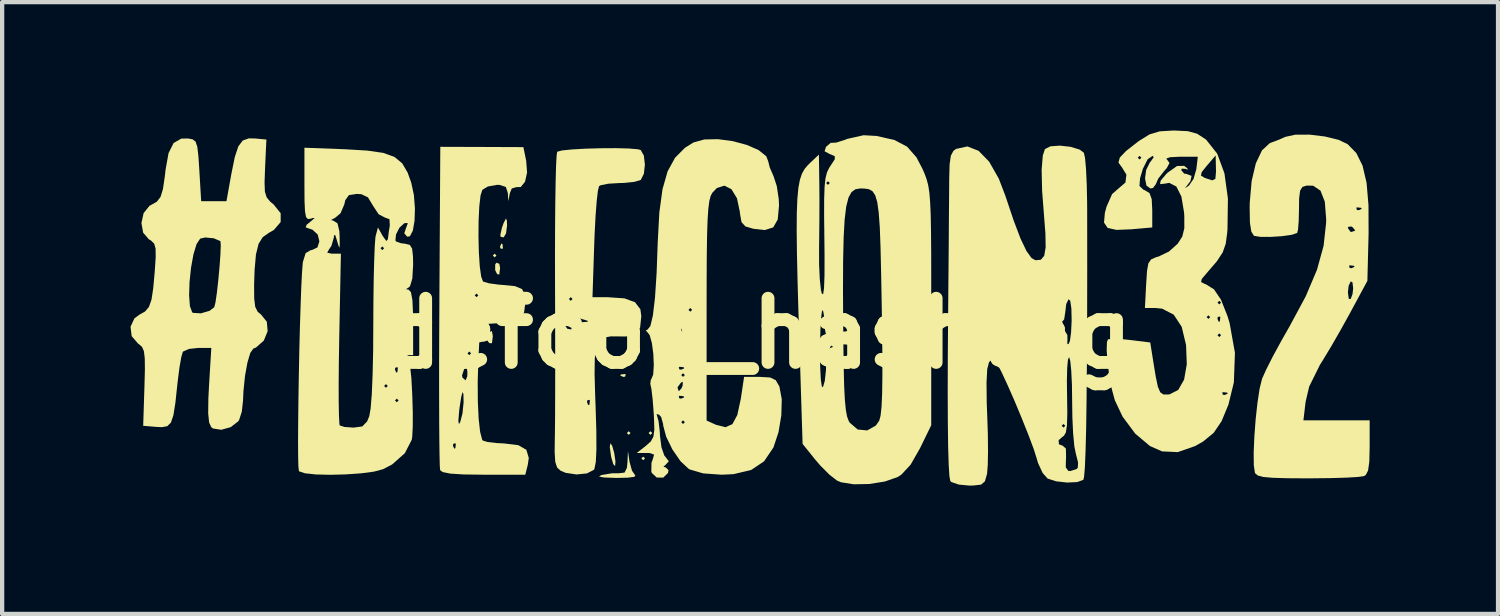
<source format=kicad_pcb>
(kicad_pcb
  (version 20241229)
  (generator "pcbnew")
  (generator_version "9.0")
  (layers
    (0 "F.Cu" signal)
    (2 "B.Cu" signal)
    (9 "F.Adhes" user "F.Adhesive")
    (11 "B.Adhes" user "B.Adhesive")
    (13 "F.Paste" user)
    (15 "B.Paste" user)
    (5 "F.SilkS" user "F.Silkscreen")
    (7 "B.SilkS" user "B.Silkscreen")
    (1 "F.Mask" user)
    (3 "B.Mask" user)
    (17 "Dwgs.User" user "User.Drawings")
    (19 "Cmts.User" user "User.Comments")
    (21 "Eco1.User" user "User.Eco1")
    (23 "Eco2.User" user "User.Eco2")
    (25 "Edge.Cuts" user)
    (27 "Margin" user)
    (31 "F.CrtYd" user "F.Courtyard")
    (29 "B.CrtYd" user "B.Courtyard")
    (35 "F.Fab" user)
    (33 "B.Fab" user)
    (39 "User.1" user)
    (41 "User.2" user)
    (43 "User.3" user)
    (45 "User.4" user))
  (footprint "defcon_hashtag"
    (layer "F.Cu")
    (at 14.647 4.741)
    (property "Reference" "defcon_hashtag" (at 0 0 0) (layer "F.SilkS") (effects (font (size 1.5 1.5) (thickness 0.3))))
    (attr board_only exclude_from_pos_files exclude_from_bom)
    (fp_poly (pts (xy -6.096 -1.82) (xy -6.138 -1.778) (xy -6.181 -1.82) (xy -6.138 -1.863)) (stroke (width 0) (type solid)) (fill yes) (layer "F.SilkS"))
    (fp_poly (pts (xy -2.963 2.328) (xy -3.006 2.371) (xy -3.048 2.328) (xy -3.006 2.286)) (stroke (width 0) (type solid)) (fill yes) (layer "F.SilkS"))
    (fp_poly (pts (xy -2.625 2.921) (xy -2.667 2.963) (xy -2.709 2.921) (xy -2.667 2.879)) (stroke (width 0) (type solid)) (fill yes) (layer "F.SilkS"))
    (fp_poly (pts (xy -2.455 2.328) (xy -2.498 2.371) (xy -2.54 2.328) (xy -2.498 2.286)) (stroke (width 0) (type solid)) (fill yes) (layer "F.SilkS"))
    (fp_poly (pts (xy -5.955 -2.088) (xy -5.945 -1.988) (xy -5.955 -1.976) (xy -6.005 -1.987) (xy -6.011 -2.032) (xy -5.98 -2.102)) (stroke (width 0) (type solid)) (fill yes) (layer "F.SilkS"))
    (fp_poly (pts (xy -3.076 0.96) (xy -3.088 1.01) (xy -3.133 1.016) (xy -3.202 0.985) (xy -3.189 0.96) (xy -3.089 0.949)) (stroke (width 0) (type solid)) (fill yes) (layer "F.SilkS"))
    (fp_poly (pts (xy -6.029 -1.625) (xy -6.011 -1.529) (xy -6.03 -1.376) (xy -6.081 -1.386) (xy -6.126 -1.479) (xy -6.125 -1.615) (xy -6.092 -1.653)) (stroke (width 0) (type solid)) (fill yes) (layer "F.SilkS"))
    (fp_poly (pts (xy -6.181 0.064) (xy -6.181 0.068) (xy -6.201 0.23) (xy -6.264 0.227) (xy -6.312 0.162) (xy -6.312 0.03) (xy -6.275 -0.024) (xy -6.202 -0.056)) (stroke (width 0) (type solid)) (fill yes) (layer "F.SilkS"))
    (fp_poly (pts (xy -5.853 -2.638) (xy -5.848 -2.524) (xy -5.872 -2.337) (xy -5.927 -2.244) (xy -5.999 -2.258) (xy -6.005 -2.302) (xy -5.968 -2.468) (xy -5.927 -2.582) (xy -5.874 -2.684)) (stroke (width 0) (type solid)) (fill yes) (layer "F.SilkS"))
    (fp_poly (pts (xy -3.392 2.625) (xy -3.344 2.794) (xy -3.315 2.989) (xy -3.323 3.097) (xy -3.325 3.099) (xy -3.366 3.055) (xy -3.413 2.894) (xy -3.418 2.868) (xy -3.448 2.652) (xy -3.434 2.567)) (stroke (width 0) (type solid)) (fill yes) (layer "F.SilkS"))
    (fp_poly (pts (xy -2.985 3.005) (xy -2.929 3.207) (xy -2.85 3.322) (xy -2.875 3.352) (xy -3.035 3.372) (xy -3.296 3.377) (xy -3.302 3.377) (xy -3.584 3.367) (xy -3.698 3.345) (xy -3.647 3.311) (xy -3.641 3.309) (xy -3.397 3.269) (xy -3.239 3.268) (xy -3.103 3.253) (xy -3.047 3.141) (xy -3.035 3.019) (xy -3.023 2.752)) (stroke (width 0) (type solid)) (fill yes) (layer "F.SilkS"))
    (fp_poly (pts (xy -3.002 -4.321) (xy -2.792 -4.303) (xy -2.726 -4.286) (xy -2.652 -4.157) (xy -2.627 -3.946) (xy -2.651 -3.73) (xy -2.722 -3.588) (xy -2.731 -3.582) (xy -2.875 -3.541) (xy -3.115 -3.516) (xy -3.233 -3.513) (xy -3.483 -3.498) (xy -3.659 -3.463) (xy -3.698 -3.442) (xy -3.725 -3.337) (xy -3.753 -3.095) (xy -3.78 -2.746) (xy -3.802 -2.322) (xy -3.81 -2.11) (xy -3.852 -0.846) (xy -3.498 -0.846) (xy -3.106 -0.819) (xy -2.858 -0.729) (xy -2.733 -0.565) (xy -2.711 -0.404) (xy -2.74 -0.126) (xy -2.847 0.022) (xy -3.066 0.072) (xy -3.197 0.071) (xy -3.42 0.069) (xy -3.583 0.097) (xy -3.696 0.177) (xy -3.764 0.331) (xy -3.798 0.58) (xy -3.803 0.947) (xy -3.789 1.452) (xy -3.78 1.684) (xy -3.762 2.276) (xy -3.76 2.712) (xy -3.774 3.003) (xy -3.806 3.162) (xy -3.82 3.188) (xy -3.982 3.272) (xy -4.227 3.296) (xy -4.48 3.258) (xy -4.598 3.208) (xy -4.679 3.133) (xy -4.722 3.001) (xy -4.736 2.77) (xy -4.733 2.512) (xy -4.729 2.284) (xy -4.726 1.912) (xy -4.725 1.609) (xy -3.979 1.609) (xy -3.948 1.678) (xy -3.923 1.665) (xy -3.913 1.565) (xy -3.923 1.552) (xy -3.973 1.564) (xy -3.979 1.609) (xy -4.725 1.609) (xy -4.724 1.418) (xy -4.723 0.828) (xy -4.724 0.166) (xy -4.725 -0.282) (xy -4.542 -0.282) (xy -4.523 -0.224) (xy -4.439 -0.108) (xy -4.351 -0.093) (xy -4.318 -0.169) (xy -4.245 -0.234) (xy -4.085 -0.263) (xy -3.957 -0.273) (xy -3.971 -0.297) (xy -4.137 -0.347) (xy -4.174 -0.357) (xy -4.422 -0.409) (xy -4.537 -0.387) (xy -4.542 -0.282) (xy -4.725 -0.282) (xy -4.725 -0.545) (xy -4.726 -0.804) (xy -4.403 -0.804) (xy -4.36 -0.762) (xy -4.318 -0.804) (xy -4.36 -0.847) (xy -4.403 -0.804) (xy -4.726 -0.804) (xy -4.727 -1.14) (xy -4.728 -1.842) (xy -4.726 -2.49) (xy -4.721 -3.065) (xy -4.713 -3.548) (xy -4.703 -3.918) (xy -4.69 -4.157) (xy -4.677 -4.245) (xy -4.566 -4.275) (xy -4.33 -4.299) (xy -4.012 -4.317) (xy -3.655 -4.327) (xy -3.304 -4.329)) (stroke (width 0) (type solid)) (fill yes) (layer "F.SilkS"))
    (fp_poly (pts (xy 13.26 -4.602) (xy 13.583 -4.523) (xy 13.792 -4.424) (xy 13.997 -4.215) (xy 14.143 -3.92) (xy 14.237 -3.52) (xy 14.282 -2.994) (xy 14.284 -2.328) (xy 14.256 -1.228) (xy 13.845 -0.466) (xy 13.632 -0.082) (xy 13.412 0.301) (xy 13.218 0.622) (xy 13.148 0.733) (xy 12.896 1.242) (xy 12.812 1.601) (xy 12.761 2.032) (xy 13.535 2.032) (xy 14.309 2.032) (xy 14.309 2.658) (xy 14.301 2.999) (xy 14.272 3.205) (xy 14.217 3.31) (xy 14.175 3.335) (xy 14.044 3.354) (xy 13.78 3.37) (xy 13.416 3.381) (xy 12.988 3.386) (xy 12.86 3.387) (xy 12.38 3.384) (xy 12.045 3.374) (xy 11.826 3.355) (xy 11.699 3.322) (xy 11.638 3.274) (xy 11.627 3.253) (xy 11.602 3.079) (xy 11.599 2.783) (xy 11.615 2.411) (xy 11.645 2.007) (xy 11.688 1.618) (xy 11.738 1.288) (xy 11.794 1.063) (xy 11.796 1.058) (xy 11.889 0.85) (xy 12.046 0.539) (xy 12.246 0.172) (xy 12.44 -0.169) (xy 12.817 -0.87) (xy 12.853 -0.955) (xy 13.801 -0.955) (xy 13.821 -0.808) (xy 13.866 -0.804) (xy 13.909 -0.92) (xy 13.924 -1.052) (xy 13.908 -1.192) (xy 13.867 -1.216) (xy 13.817 -1.11) (xy 13.801 -0.955) (xy 12.853 -0.955) (xy 13.078 -1.486) (xy 13.104 -1.58) (xy 13.829 -1.58) (xy 13.841 -1.53) (xy 13.885 -1.524) (xy 13.955 -1.555) (xy 13.942 -1.58) (xy 13.841 -1.591) (xy 13.829 -1.58) (xy 13.104 -1.58) (xy 13.233 -2.048) (xy 13.278 -2.46) (xy 13.801 -2.46) (xy 13.862 -2.374) (xy 13.885 -2.371) (xy 13.968 -2.4) (xy 13.97 -2.408) (xy 13.911 -2.48) (xy 13.885 -2.498) (xy 13.807 -2.491) (xy 13.801 -2.46) (xy 13.278 -2.46) (xy 13.292 -2.584) (xy 13.293 -2.67) (xy 13.272 -2.935) (xy 13.998 -2.935) (xy 14.01 -2.885) (xy 14.055 -2.879) (xy 14.124 -2.91) (xy 14.111 -2.935) (xy 14.011 -2.945) (xy 13.998 -2.935) (xy 13.272 -2.935) (xy 13.261 -3.077) (xy 13.161 -3.335) (xy 12.99 -3.451) (xy 12.838 -3.455) (xy 12.738 -3.423) (xy 12.684 -3.336) (xy 12.661 -3.155) (xy 12.658 -2.907) (xy 12.651 -2.627) (xy 12.635 -2.424) (xy 12.615 -2.347) (xy 12.489 -2.304) (xy 12.26 -2.272) (xy 11.992 -2.255) (xy 11.754 -2.256) (xy 11.609 -2.28) (xy 11.604 -2.283) (xy 11.543 -2.38) (xy 11.511 -2.59) (xy 11.505 -2.939) (xy 11.507 -3.052) (xy 11.551 -3.557) (xy 11.649 -3.974) (xy 11.794 -4.279) (xy 11.975 -4.445) (xy 12.005 -4.457) (xy 12.199 -4.531) (xy 12.336 -4.592) (xy 12.572 -4.644) (xy 12.902 -4.645)) (stroke (width 0) (type solid)) (fill yes) (layer "F.SilkS"))
    (fp_poly (pts (xy -6.438 -4.357) (xy -5.467 -4.353) (xy -5.401 -4.033) (xy -5.38 -3.761) (xy -5.428 -3.544) (xy -5.528 -3.421) (xy -5.632 -3.418) (xy -5.738 -3.386) (xy -5.783 -3.276) (xy -5.819 -3.09) (xy -5.83 -3.281) (xy -5.876 -3.422) (xy -6.023 -3.47) (xy -6.086 -3.471) (xy -6.297 -3.433) (xy -6.426 -3.354) (xy -6.468 -3.222) (xy -6.497 -2.968) (xy -6.513 -2.635) (xy -6.516 -2.263) (xy -6.507 -1.894) (xy -6.486 -1.568) (xy -6.453 -1.327) (xy -6.41 -1.213) (xy -6.408 -1.211) (xy -6.268 -1.17) (xy -6.036 -1.139) (xy -5.953 -1.133) (xy -5.66 -1.104) (xy -5.498 -1.036) (xy -5.43 -0.902) (xy -5.419 -0.725) (xy -5.45 -0.489) (xy -5.563 -0.345) (xy -5.789 -0.267) (xy -6.056 -0.238) (xy -6.477 -0.212) (xy -6.519 0.635) (xy -6.534 1.128) (xy -6.531 1.591) (xy -6.512 1.992) (xy -6.478 2.299) (xy -6.431 2.479) (xy -6.415 2.504) (xy -6.304 2.538) (xy -6.082 2.563) (xy -5.919 2.571) (xy -5.585 2.612) (xy -5.397 2.72) (xy -5.34 2.911) (xy -5.365 3.077) (xy -5.422 3.302) (xy -6.397 3.302) (xy -6.862 3.296) (xy -7.175 3.276) (xy -7.353 3.24) (xy -7.412 3.196) (xy -7.42 3.092) (xy -7.426 2.836) (xy -7.429 2.625) (xy -7.112 2.625) (xy -7.081 2.694) (xy -7.056 2.681) (xy -7.045 2.581) (xy -7.056 2.568) (xy -7.106 2.58) (xy -7.112 2.625) (xy -7.429 2.625) (xy -7.431 2.446) (xy -7.434 2.048) (xy -6.986 2.048) (xy -6.972 2.119) (xy -6.943 2.074) (xy -6.89 1.87) (xy -6.864 1.617) (xy -6.864 1.616) (xy -6.868 1.414) (xy -6.887 1.371) (xy -6.918 1.479) (xy -6.957 1.729) (xy -6.968 1.82) (xy -6.986 2.048) (xy -7.434 2.048) (xy -7.434 1.94) (xy -7.436 1.336) (xy -7.436 0.983) (xy -6.9 0.983) (xy -6.89 1.033) (xy -6.816 1.097) (xy -6.778 1.001) (xy -6.775 0.91) (xy -6.789 0.788) (xy -6.839 0.82) (xy -6.854 0.843) (xy -6.9 0.983) (xy -7.436 0.983) (xy -7.436 0.651) (xy -7.435 0.466) (xy -6.773 0.466) (xy -6.731 0.508) (xy -6.689 0.466) (xy -6.731 0.423) (xy -6.773 0.466) (xy -7.435 0.466) (xy -7.434 0.169) (xy -6.773 0.169) (xy -6.742 0.239) (xy -6.717 0.226) (xy -6.707 0.125) (xy -6.717 0.113) (xy -6.767 0.125) (xy -6.773 0.169) (xy -7.434 0.169) (xy -7.433 -0.097) (xy -7.43 -0.635) (xy -7.429 -0.889) (xy -6.604 -0.889) (xy -6.562 -0.847) (xy -6.519 -0.889) (xy -6.562 -0.931) (xy -6.604 -0.889) (xy -7.429 -0.889) (xy -7.408 -4.36)) (stroke (width 0) (type solid)) (fill yes) (layer "F.SilkS"))
    (fp_poly (pts (xy -11.734 -4.555) (xy -11.472 -4.53) (xy -11.503 -3.863) (xy -11.515 -3.527) (xy -11.507 -3.314) (xy -11.466 -3.18) (xy -11.384 -3.08) (xy -11.302 -3.012) (xy -11.138 -2.807) (xy -11.139 -2.601) (xy -11.299 -2.416) (xy -11.413 -2.351) (xy -11.557 -2.25) (xy -11.655 -2.092) (xy -11.716 -1.844) (xy -11.748 -1.479) (xy -11.759 -1.142) (xy -11.757 -0.819) (xy -11.733 -0.621) (xy -11.676 -0.506) (xy -11.599 -0.443) (xy -11.462 -0.273) (xy -11.443 -0.051) (xy -11.532 0.168) (xy -11.715 0.33) (xy -11.778 0.356) (xy -11.848 0.456) (xy -11.916 0.684) (xy -11.972 0.996) (xy -12.008 1.349) (xy -12.018 1.571) (xy -12.046 1.827) (xy -12.11 2.025) (xy -12.129 2.054) (xy -12.305 2.19) (xy -12.526 2.252) (xy -12.719 2.222) (xy -12.762 2.19) (xy -12.81 2.082) (xy -12.832 1.868) (xy -12.828 1.523) (xy -12.812 1.212) (xy -12.759 0.339) (xy -13.063 0.339) (xy -13.281 0.363) (xy -13.417 0.423) (xy -13.426 0.434) (xy -13.462 0.56) (xy -13.505 0.806) (xy -13.545 1.124) (xy -13.553 1.196) (xy -13.599 1.625) (xy -13.645 1.912) (xy -13.703 2.084) (xy -13.788 2.168) (xy -13.911 2.191) (xy -14.041 2.185) (xy -14.351 2.159) (xy -14.322 1.255) (xy -14.311 0.851) (xy -14.314 0.583) (xy -14.334 0.416) (xy -14.377 0.317) (xy -14.448 0.253) (xy -14.47 0.239) (xy -14.62 0.064) (xy -14.647 -0.155) (xy -14.556 -0.352) (xy -14.44 -0.437) (xy -14.307 -0.512) (xy -14.217 -0.618) (xy -14.157 -0.788) (xy -14.142 -0.885) (xy -13.278 -0.885) (xy -13.259 -0.635) (xy -13.206 -0.493) (xy -13.187 -0.48) (xy -13.002 -0.469) (xy -12.799 -0.528) (xy -12.69 -0.613) (xy -12.662 -0.723) (xy -12.629 -0.948) (xy -12.596 -1.242) (xy -12.567 -1.557) (xy -12.546 -1.845) (xy -12.538 -2.061) (xy -12.546 -2.157) (xy -12.547 -2.157) (xy -12.703 -2.223) (xy -12.902 -2.242) (xy -13.02 -2.214) (xy -13.104 -2.086) (xy -13.177 -1.845) (xy -13.233 -1.535) (xy -13.268 -1.2) (xy -13.278 -0.885) (xy -14.142 -0.885) (xy -14.116 -1.058) (xy -14.081 -1.447) (xy -14.059 -1.779) (xy -14.061 -1.982) (xy -14.095 -2.099) (xy -14.167 -2.169) (xy -14.217 -2.198) (xy -14.352 -2.353) (xy -14.392 -2.58) (xy -14.341 -2.811) (xy -14.204 -2.981) (xy -14.162 -3.004) (xy -14.032 -3.078) (xy -13.946 -3.188) (xy -13.889 -3.374) (xy -13.845 -3.674) (xy -13.827 -3.831) (xy -13.758 -4.214) (xy -13.64 -4.449) (xy -13.461 -4.552) (xy -13.303 -4.555) (xy -13.195 -4.535) (xy -13.127 -4.482) (xy -13.086 -4.36) (xy -13.06 -4.136) (xy -13.039 -3.81) (xy -12.996 -3.09) (xy -12.701 -3.09) (xy -12.405 -3.09) (xy -12.291 -3.725) (xy -12.211 -4.118) (xy -12.128 -4.37) (xy -12.025 -4.507) (xy -11.881 -4.558)) (stroke (width 0) (type solid)) (fill yes) (layer "F.SilkS"))
    (fp_poly (pts (xy 7.322 -4.36) (xy 7.534 -4.295) (xy 7.631 -4.221) (xy 7.658 -4.1) (xy 7.681 -3.841) (xy 7.698 -3.48) (xy 7.707 -3.047) (xy 7.708 -2.836) (xy 7.709 -1.492) (xy 7.707 -0.316) (xy 7.702 0.696) (xy 7.694 1.545) (xy 7.684 2.234) (xy 7.67 2.763) (xy 7.654 3.137) (xy 7.635 3.356) (xy 7.618 3.422) (xy 7.475 3.474) (xy 7.24 3.485) (xy 6.985 3.457) (xy 6.783 3.392) (xy 6.667 3.261) (xy 6.56 3.029) (xy 6.528 2.921) (xy 6.458 2.699) (xy 6.381 2.494) (xy 7.041 2.494) (xy 7.048 2.591) (xy 7.137 2.625) (xy 7.211 2.691) (xy 7.215 2.898) (xy 7.213 2.921) (xy 7.207 3.128) (xy 7.265 3.211) (xy 7.309 3.217) (xy 7.455 3.173) (xy 7.489 3.14) (xy 7.495 3.012) (xy 7.446 2.823) (xy 7.409 2.644) (xy 7.38 2.34) (xy 7.362 1.956) (xy 7.357 1.591) (xy 7.352 1.198) (xy 7.336 0.871) (xy 7.313 0.644) (xy 7.286 0.553) (xy 7.259 0.613) (xy 7.241 0.81) (xy 7.234 1.112) (xy 7.238 1.434) (xy 7.244 1.861) (xy 7.236 2.147) (xy 7.21 2.315) (xy 7.164 2.395) (xy 7.145 2.405) (xy 7.041 2.494) (xy 6.381 2.494) (xy 6.336 2.374) (xy 6.25 2.159) (xy 7.112 2.159) (xy 7.154 2.201) (xy 7.197 2.159) (xy 7.154 2.117) (xy 7.112 2.159) (xy 6.25 2.159) (xy 6.182 1.989) (xy 6.014 1.585) (xy 5.848 1.207) (xy 5.703 0.895) (xy 5.597 0.694) (xy 5.587 0.677) (xy 5.507 0.593) (xy 5.427 0.658) (xy 5.413 0.677) (xy 5.373 0.832) (xy 5.356 1.148) (xy 5.361 1.62) (xy 5.372 1.909) (xy 5.387 2.35) (xy 5.391 2.753) (xy 5.385 3.076) (xy 5.369 3.275) (xy 5.367 3.285) (xy 5.319 3.456) (xy 5.229 3.534) (xy 5.043 3.555) (xy 4.953 3.556) (xy 4.71 3.533) (xy 4.539 3.475) (xy 4.51 3.45) (xy 4.489 3.337) (xy 4.472 3.064) (xy 4.459 2.642) (xy 4.452 2.08) (xy 4.449 1.39) (xy 4.451 0.58) (xy 4.454 0.169) (xy 4.457 -0.206) (xy 7.085 -0.206) (xy 7.153 -0.116) (xy 7.245 0.038) (xy 7.247 0.138) (xy 7.243 0.24) (xy 7.269 0.254) (xy 7.305 0.177) (xy 7.332 -0.025) (xy 7.345 -0.297) (xy 7.339 -0.582) (xy 7.313 -0.759) (xy 7.275 -0.8) (xy 7.219 -0.689) (xy 7.197 -0.503) (xy 7.17 -0.327) (xy 7.106 -0.254) (xy 7.085 -0.206) (xy 4.457 -0.206) (xy 4.46 -0.577) (xy 4.466 -1.294) (xy 4.472 -1.958) (xy 4.476 -2.547) (xy 4.48 -3.036) (xy 4.483 -3.403) (xy 4.484 -3.617) (xy 4.493 -3.948) (xy 4.522 -4.151) (xy 4.581 -4.264) (xy 4.644 -4.311) (xy 4.909 -4.369) (xy 5.17 -4.267) (xy 5.417 -4.014) (xy 5.642 -3.619) (xy 5.796 -3.217) (xy 5.99 -2.639) (xy 6.152 -2.213) (xy 6.29 -1.925) (xy 6.408 -1.761) (xy 6.499 -1.71) (xy 6.625 -1.721) (xy 6.704 -1.814) (xy 6.738 -2.012) (xy 6.732 -2.336) (xy 6.704 -2.695) (xy 6.655 -3.335) (xy 6.644 -3.823) (xy 6.671 -4.155) (xy 6.721 -4.307) (xy 6.849 -4.372) (xy 7.071 -4.388)) (stroke (width 0) (type solid)) (fill yes) (layer "F.SilkS"))
    (fp_poly (pts (xy 2.787 -4.614) (xy 3.205 -4.519) (xy 3.501 -4.363) (xy 3.719 -4.114) (xy 3.86 -3.844) (xy 3.916 -3.714) (xy 3.96 -3.59) (xy 3.995 -3.454) (xy 4.021 -3.283) (xy 4.039 -3.06) (xy 4.052 -2.763) (xy 4.059 -2.373) (xy 4.063 -1.869) (xy 4.064 -1.232) (xy 4.064 -0.618) (xy 4.064 2.146) (xy 3.802 2.683) (xy 3.583 3.066) (xy 3.367 3.3) (xy 3.28 3.356) (xy 2.981 3.461) (xy 2.618 3.519) (xy 2.255 3.526) (xy 1.957 3.479) (xy 1.862 3.439) (xy 1.688 3.304) (xy 1.474 3.09) (xy 1.354 2.95) (xy 1.058 2.582) (xy 0.994 0.55) (xy 0.989 0.391) (xy 1.466 0.391) (xy 1.469 0.788) (xy 1.484 1.077) (xy 1.507 1.239) (xy 1.534 1.257) (xy 1.577 1.108) (xy 1.604 0.863) (xy 1.607 0.741) (xy 1.63 0.463) (xy 1.693 0.342) (xy 1.714 0.337) (xy 1.771 0.316) (xy 1.707 0.264) (xy 1.631 0.14) (xy 1.582 -0.081) (xy 1.576 -0.155) (xy 1.556 -0.428) (xy 1.533 -0.545) (xy 1.51 -0.516) (xy 1.49 -0.354) (xy 1.474 -0.072) (xy 1.466 0.319) (xy 1.466 0.391) (xy 0.989 0.391) (xy 0.964 -0.401) (xy 0.941 -1.199) (xy 0.926 -1.857) (xy 0.92 -2.392) (xy 0.923 -2.818) (xy 0.936 -3.15) (xy 0.96 -3.404) (xy 0.996 -3.594) (xy 1.044 -3.735) (xy 1.106 -3.844) (xy 1.182 -3.934) (xy 1.236 -3.987) (xy 1.439 -4.178) (xy 1.449 -3.507) (xy 1.452 -3.105) (xy 1.45 -2.619) (xy 1.445 -2.136) (xy 1.443 -1.99) (xy 1.444 -1.604) (xy 1.46 -1.263) (xy 1.487 -1.013) (xy 1.507 -0.931) (xy 1.538 -0.915) (xy 1.552 -1.01) (xy 2.002 -1.01) (xy 2.005 -0.439) (xy 2.011 0.265) (xy 2.019 0.819) (xy 2.03 1.243) (xy 2.046 1.558) (xy 2.068 1.782) (xy 2.096 1.937) (xy 2.133 2.041) (xy 2.158 2.085) (xy 2.346 2.246) (xy 2.569 2.267) (xy 2.77 2.153) (xy 2.849 2.039) (xy 2.88 1.925) (xy 2.903 1.716) (xy 2.917 1.399) (xy 2.923 0.959) (xy 2.921 0.383) (xy 2.912 -0.343) (xy 2.907 -0.671) (xy 2.893 -1.419) (xy 2.879 -2.016) (xy 2.862 -2.478) (xy 2.837 -2.822) (xy 2.803 -3.066) (xy 2.755 -3.228) (xy 2.691 -3.323) (xy 2.607 -3.37) (xy 2.501 -3.385) (xy 2.403 -3.387) (xy 2.291 -3.368) (xy 2.2 -3.301) (xy 2.13 -3.171) (xy 2.077 -2.961) (xy 2.04 -2.655) (xy 2.017 -2.239) (xy 2.005 -1.696) (xy 2.002 -1.01) (xy 1.552 -1.01) (xy 1.559 -1.056) (xy 1.57 -1.356) (xy 1.571 -1.82) (xy 1.567 -2.201) (xy 1.561 -2.744) (xy 1.562 -3.145) (xy 1.572 -3.431) (xy 1.581 -3.514) (xy 1.609 -3.514) (xy 1.651 -3.471) (xy 1.693 -3.514) (xy 1.651 -3.556) (xy 1.609 -3.514) (xy 1.581 -3.514) (xy 1.594 -3.629) (xy 1.629 -3.766) (xy 1.679 -3.869) (xy 1.706 -3.91) (xy 1.809 -4.067) (xy 1.81 -4.141) (xy 1.706 -4.187) (xy 1.69 -4.192) (xy 1.572 -4.256) (xy 1.603 -4.353) (xy 1.616 -4.37) (xy 1.717 -4.454) (xy 1.755 -4.454) (xy 1.848 -4.46) (xy 2.036 -4.52) (xy 2.096 -4.544) (xy 2.482 -4.631)) (stroke (width 0) (type solid)) (fill yes) (layer "F.SilkS"))
    (fp_poly (pts (xy -0.575 -4.493) (xy -0.244 -4.404) (xy 0.031 -4.283) (xy 0.209 -4.14) (xy 0.254 -4.024) (xy 0.291 -3.876) (xy 0.38 -3.672) (xy 0.38 -3.672) (xy 0.455 -3.442) (xy 0.501 -3.136) (xy 0.507 -2.987) (xy 0.477 -2.662) (xy 0.372 -2.477) (xy 0.171 -2.415) (xy -0.087 -2.444) (xy -0.279 -2.5) (xy -0.37 -2.601) (xy -0.406 -2.806) (xy -0.408 -2.839) (xy -0.476 -3.158) (xy -0.604 -3.368) (xy -0.768 -3.453) (xy -0.945 -3.398) (xy -1.054 -3.283) (xy -1.092 -3.208) (xy -1.122 -3.09) (xy -1.145 -2.912) (xy -1.162 -2.656) (xy -1.174 -2.302) (xy -1.181 -1.833) (xy -1.184 -1.23) (xy -1.185 -0.53) (xy -1.185 2.036) (xy -0.967 2.135) (xy -0.745 2.192) (xy -0.583 2.121) (xy -0.468 1.908) (xy -0.388 1.54) (xy -0.387 1.537) (xy -0.309 1.016) (xy 0.059 1.016) (xy 0.299 1.03) (xy 0.43 1.092) (xy 0.511 1.232) (xy 0.518 1.249) (xy 0.571 1.538) (xy 0.561 1.914) (xy 0.495 2.309) (xy 0.38 2.656) (xy 0.373 2.671) (xy 0.157 2.99) (xy -0.145 3.192) (xy -0.557 3.289) (xy -0.834 3.302) (xy -1.266 3.271) (xy -1.573 3.181) (xy -1.606 3.163) (xy -1.794 2.988) (xy -1.982 2.716) (xy -2.13 2.414) (xy -2.2 2.151) (xy -2.201 2.119) (xy -2.214 2.074) (xy -1.778 2.074) (xy -1.736 2.117) (xy -1.693 2.074) (xy -1.736 2.032) (xy -1.778 2.074) (xy -2.214 2.074) (xy -2.247 1.954) (xy -2.299 1.897) (xy -2.358 1.887) (xy -2.342 1.924) (xy -2.307 2.057) (xy -2.28 2.289) (xy -2.273 2.404) (xy -2.24 2.661) (xy -2.175 2.85) (xy -2.141 2.893) (xy -2.068 2.988) (xy -2.134 3.06) (xy -2.195 3.119) (xy -2.14 3.131) (xy -2.076 3.194) (xy -2.086 3.26) (xy -2.198 3.37) (xy -2.351 3.368) (xy -2.466 3.26) (xy -2.477 3.229) (xy -2.473 3.023) (xy -2.44 2.933) (xy -2.413 2.832) (xy -2.511 2.796) (xy -2.59 2.794) (xy -2.817 2.794) (xy -2.6 2.624) (xy -2.488 2.523) (xy -2.427 2.411) (xy -2.406 2.241) (xy -2.415 1.966) (xy -2.422 1.85) (xy -2.446 1.543) (xy -2.455 1.468) (xy -1.834 1.468) (xy -1.823 1.518) (xy -1.778 1.524) (xy -1.708 1.493) (xy -1.722 1.468) (xy -1.822 1.457) (xy -1.834 1.468) (xy -2.455 1.468) (xy -2.474 1.304) (xy -2.48 1.275) (xy -1.863 1.275) (xy -1.835 1.352) (xy -1.773 1.285) (xy -1.746 1.223) (xy -1.74 1.136) (xy -1.779 1.144) (xy -1.86 1.252) (xy -1.863 1.275) (xy -2.48 1.275) (xy -2.5 1.182) (xy -2.501 1.179) (xy -2.489 1.081) (xy -2.478 1.072) (xy -2.438 0.974) (xy -1.778 0.974) (xy -1.736 1.016) (xy -1.693 0.974) (xy -1.736 0.931) (xy -1.778 0.974) (xy -2.438 0.974) (xy -2.433 0.961) (xy -2.422 0.79) (xy -1.834 0.79) (xy -1.823 0.841) (xy -1.778 0.847) (xy -1.708 0.816) (xy -1.722 0.79) (xy -1.822 0.78) (xy -1.834 0.79) (xy -2.422 0.79) (xy -2.419 0.744) (xy -2.43 0.479) (xy -2.464 0.225) (xy -2.515 0.042) (xy -2.552 -0.009) (xy -2.608 -0.071) (xy -2.571 -0.083) (xy -2.57 -0.085) (xy -1.778 -0.085) (xy -1.747 -0.015) (xy -1.722 -0.028) (xy -1.711 -0.129) (xy -1.722 -0.141) (xy -1.772 -0.129) (xy -1.778 -0.085) (xy -2.57 -0.085) (xy -2.5 -0.169) (xy -2.44 -0.42) (xy -2.425 -0.55) (xy -1.609 -0.55) (xy -1.566 -0.508) (xy -1.524 -0.55) (xy -1.566 -0.593) (xy -1.609 -0.55) (xy -2.425 -0.55) (xy -2.391 -0.836) (xy -2.353 -1.414) (xy -2.327 -2.132) (xy -2.29 -2.823) (xy -2.216 -3.368) (xy -2.096 -3.788) (xy -1.922 -4.105) (xy -1.688 -4.34) (xy -1.491 -4.462) (xy -1.24 -4.532) (xy -0.921 -4.539)) (stroke (width 0) (type solid)) (fill yes) (layer "F.SilkS"))
    (fp_poly (pts (xy -9.626 -4.303) (xy -9.113 -4.272) (xy -8.74 -4.218) (xy -8.478 -4.123) (xy -8.298 -3.974) (xy -8.171 -3.757) (xy -8.087 -3.522) (xy -8.025 -3.233) (xy -8.001 -2.923) (xy -8.01 -2.632) (xy -8.05 -2.401) (xy -8.118 -2.27) (xy -8.18 -2.259) (xy -8.25 -2.338) (xy -8.209 -2.462) (xy -8.166 -2.576) (xy -8.232 -2.579) (xy -8.25 -2.573) (xy -8.362 -2.472) (xy -8.443 -2.313) (xy -8.457 -2.175) (xy -8.442 -2.148) (xy -8.334 -2.109) (xy -8.222 -2.094) (xy -8.12 -2.068) (xy -8.067 -1.982) (xy -8.046 -1.796) (xy -8.043 -1.598) (xy -8.062 -1.281) (xy -8.116 -1.102) (xy -8.149 -1.072) (xy -8.212 -1.034) (xy -8.149 -1.023) (xy -8.094 -0.963) (xy -8.06 -0.779) (xy -8.045 -0.453) (xy -8.043 -0.254) (xy -8.043 0.508) (xy -8.311 0.508) (xy -8.499 0.523) (xy -8.522 0.56) (xy -8.383 0.605) (xy -8.299 0.619) (xy -8.206 0.643) (xy -8.145 0.7) (xy -8.108 0.824) (xy -8.084 1.047) (xy -8.065 1.402) (xy -8.062 1.471) (xy -8.051 1.848) (xy -8.052 2.179) (xy -8.064 2.415) (xy -8.075 2.485) (xy -8.237 2.8) (xy -8.534 3.063) (xy -8.749 3.174) (xy -8.959 3.23) (xy -9.263 3.27) (xy -9.619 3.295) (xy -9.983 3.304) (xy -10.314 3.296) (xy -10.569 3.269) (xy -10.704 3.224) (xy -10.712 3.215) (xy -10.724 3.111) (xy -10.73 2.865) (xy -10.732 2.502) (xy -10.729 2.05) (xy -10.723 1.534) (xy -10.714 0.981) (xy -10.703 0.417) (xy -10.689 -0.131) (xy -10.673 -0.637) (xy -10.657 -1.074) (xy -10.64 -1.416) (xy -10.623 -1.637) (xy -10.618 -1.672) (xy -10.555 -1.876) (xy -10.536 -1.887) (xy -10.051 -1.887) (xy -9.948 -1.863) (xy -9.92 -1.863) (xy -9.731 -1.863) (xy -9.77 0.119) (xy -9.779 0.682) (xy -9.783 1.187) (xy -9.782 1.609) (xy -9.776 1.926) (xy -9.766 2.112) (xy -9.758 2.151) (xy -9.647 2.186) (xy -9.445 2.201) (xy -9.435 2.201) (xy -9.231 2.174) (xy -9.118 2.057) (xy -9.068 1.935) (xy -9.036 1.754) (xy -9.021 1.566) (xy -8.467 1.566) (xy -8.424 1.609) (xy -8.382 1.566) (xy -8.424 1.524) (xy -8.467 1.566) (xy -9.021 1.566) (xy -9.009 1.423) (xy -9.001 1.228) (xy -8.721 1.228) (xy -8.678 1.27) (xy -8.636 1.228) (xy -8.678 1.185) (xy -8.721 1.228) (xy -9.001 1.228) (xy -8.99 0.962) (xy -8.987 0.847) (xy -8.467 0.847) (xy -8.436 0.916) (xy -8.41 0.903) (xy -8.4 0.803) (xy -8.41 0.79) (xy -8.461 0.802) (xy -8.467 0.847) (xy -8.987 0.847) (xy -8.977 0.39) (xy -8.976 0.127) (xy -8.467 0.127) (xy -8.424 0.169) (xy -8.382 0.127) (xy -8.424 0.085) (xy -8.467 0.127) (xy -8.976 0.127) (xy -8.974 -0.203) (xy -8.971 -0.761) (xy -8.964 -1.271) (xy -8.953 -1.705) (xy -8.942 -1.99) (xy -8.805 -1.99) (xy -8.763 -1.947) (xy -8.721 -1.99) (xy -8.763 -2.032) (xy -8.805 -1.99) (xy -8.942 -1.99) (xy -8.94 -2.037) (xy -8.925 -2.238) (xy -8.919 -2.275) (xy -8.865 -2.476) (xy -8.753 -2.275) (xy -8.669 -2.159) (xy -8.633 -2.2) (xy -8.633 -2.201) (xy -8.61 -2.387) (xy -8.588 -2.519) (xy -8.596 -2.669) (xy -8.706 -2.709) (xy -8.851 -2.786) (xy -8.981 -2.985) (xy -9.098 -3.179) (xy -9.253 -3.253) (xy -9.355 -3.26) (xy -9.543 -3.232) (xy -9.629 -3.113) (xy -9.651 -3.014) (xy -9.74 -2.807) (xy -9.864 -2.703) (xy -9.961 -2.65) (xy -9.901 -2.631) (xy -9.81 -2.572) (xy -9.767 -2.389) (xy -9.761 -2.265) (xy -9.758 -2.055) (xy -9.77 -2.002) (xy -9.801 -2.093) (xy -9.819 -2.159) (xy -9.866 -2.304) (xy -9.892 -2.286) (xy -9.896 -2.239) (xy -9.952 -2.046) (xy -10.008 -1.964) (xy -10.051 -1.887) (xy -10.536 -1.887) (xy -10.436 -1.946) (xy -10.41 -1.947) (xy -10.279 -2.009) (xy -10.234 -2.151) (xy -10.273 -2.311) (xy -10.395 -2.423) (xy -10.427 -2.434) (xy -10.553 -2.477) (xy -10.533 -2.537) (xy -10.448 -2.607) (xy -10.346 -2.693) (xy -10.379 -2.699) (xy -10.435 -2.681) (xy -10.502 -2.672) (xy -10.546 -2.72) (xy -10.57 -2.853) (xy -10.581 -3.1) (xy -10.583 -3.485) (xy -10.583 -4.339)) (stroke (width 0) (type solid)) (fill yes) (layer "F.SilkS"))
    (fp_poly (pts (xy 10.059 -4.726) (xy 10.278 -4.666) (xy 10.47 -4.54) (xy 10.492 -4.522) (xy 10.747 -4.2) (xy 10.916 -3.74) (xy 10.997 -3.151) (xy 10.987 -2.442) (xy 10.98 -2.351) (xy 10.946 -2.095) (xy 10.875 -1.893) (xy 10.74 -1.687) (xy 10.516 -1.426) (xy 10.388 -1.275) (xy 10.369 -1.201) (xy 10.454 -1.157) (xy 10.483 -1.148) (xy 10.672 -1.029) (xy 10.835 -0.788) (xy 10.987 -0.405) (xy 11.037 -0.241) (xy 11.161 0.454) (xy 11.136 1.144) (xy 11.009 1.665) (xy 10.848 2.053) (xy 10.665 2.323) (xy 10.418 2.526) (xy 10.227 2.634) (xy 9.825 2.774) (xy 9.458 2.757) (xy 9.175 2.632) (xy 8.832 2.343) (xy 8.536 1.946) (xy 8.354 1.561) (xy 8.285 1.307) (xy 8.227 0.998) (xy 8.185 0.68) (xy 8.164 0.399) (xy 8.17 0.202) (xy 8.195 0.138) (xy 8.309 0.126) (xy 8.533 0.136) (xy 8.721 0.155) (xy 9.182 0.212) (xy 9.249 0.635) (xy 9.31 1.009) (xy 9.36 1.246) (xy 9.415 1.375) (xy 9.488 1.426) (xy 9.594 1.428) (xy 9.634 1.424) (xy 9.714 1.383) (xy 10.866 1.383) (xy 10.877 1.433) (xy 10.922 1.439) (xy 10.992 1.408) (xy 10.978 1.383) (xy 10.878 1.373) (xy 10.866 1.383) (xy 9.714 1.383) (xy 9.836 1.321) (xy 9.973 1.08) (xy 10.036 0.722) (xy 10.019 0.272) (xy 9.964 0.042) (xy 10.753 0.042) (xy 10.795 0.085) (xy 10.837 0.042) (xy 10.795 0) (xy 10.753 0.042) (xy 9.964 0.042) (xy 9.917 -0.154) (xy 9.768 -0.381) (xy 10.499 -0.381) (xy 10.541 -0.339) (xy 10.753 -0.339) (xy 10.784 -0.269) (xy 10.809 -0.282) (xy 10.819 -0.383) (xy 10.809 -0.395) (xy 10.759 -0.383) (xy 10.753 -0.339) (xy 10.541 -0.339) (xy 10.583 -0.381) (xy 10.541 -0.423) (xy 10.499 -0.381) (xy 9.768 -0.381) (xy 9.73 -0.438) (xy 9.46 -0.578) (xy 9.316 -0.593) (xy 9.057 -0.593) (xy 9.064 -0.72) (xy 10.753 -0.72) (xy 10.795 -0.677) (xy 10.837 -0.72) (xy 10.795 -0.762) (xy 10.753 -0.72) (xy 9.064 -0.72) (xy 9.087 -1.161) (xy 9.107 -1.464) (xy 9.139 -1.64) (xy 9.204 -1.731) (xy 9.319 -1.781) (xy 9.379 -1.797) (xy 9.619 -1.913) (xy 9.824 -2.097) (xy 9.931 -2.264) (xy 9.978 -2.455) (xy 9.978 -2.731) (xy 9.972 -2.827) (xy 9.91 -3.198) (xy 9.792 -3.432) (xy 9.626 -3.518) (xy 9.517 -3.499) (xy 9.411 -3.488) (xy 9.425 -3.569) (xy 9.551 -3.719) (xy 9.591 -3.758) (xy 9.809 -3.912) (xy 9.975 -3.915) (xy 10.047 -3.86) (xy 10.059 -3.822) (xy 10.012 -3.844) (xy 9.919 -3.85) (xy 9.906 -3.815) (xy 9.974 -3.735) (xy 10.033 -3.725) (xy 10.148 -3.681) (xy 10.12 -3.557) (xy 10.054 -3.471) (xy 9.993 -3.395) (xy 10.052 -3.431) (xy 10.088 -3.457) (xy 10.194 -3.611) (xy 10.216 -3.689) (xy 10.366 -3.689) (xy 10.448 -3.638) (xy 10.467 -3.63) (xy 10.633 -3.576) (xy 10.704 -3.612) (xy 10.718 -3.773) (xy 10.717 -3.857) (xy 10.71 -4.158) (xy 10.51 -3.925) (xy 10.384 -3.769) (xy 10.366 -3.689) (xy 10.216 -3.689) (xy 10.259 -3.837) (xy 10.26 -3.846) (xy 10.293 -4.129) (xy 9.878 -4.129) (xy 9.645 -4.117) (xy 9.556 -4.085) (xy 9.576 -4.059) (xy 9.632 -3.983) (xy 9.57 -3.866) (xy 9.502 -3.788) (xy 9.37 -3.619) (xy 9.313 -3.49) (xy 9.313 -3.487) (xy 9.245 -3.398) (xy 9.186 -3.387) (xy 9.093 -3.455) (xy 9.06 -3.621) (xy 9.087 -3.821) (xy 9.173 -3.995) (xy 9.192 -4.016) (xy 9.263 -4.117) (xy 9.238 -4.149) (xy 9.121 -4.069) (xy 9.01 -3.847) (xy 8.944 -3.625) (xy 8.93 -3.446) (xy 9.022 -3.358) (xy 9.059 -3.344) (xy 9.165 -3.279) (xy 9.216 -3.139) (xy 9.229 -2.883) (xy 9.229 -2.476) (xy 8.742 -2.433) (xy 8.392 -2.419) (xy 8.186 -2.465) (xy 8.102 -2.59) (xy 8.121 -2.813) (xy 8.159 -2.957) (xy 8.29 -3.255) (xy 8.453 -3.398) (xy 8.602 -3.525) (xy 8.625 -3.71) (xy 8.515 -3.889) (xy 8.508 -3.896) (xy 8.439 -3.993) (xy 8.47 -4.106) (xy 8.89 -4.106) (xy 8.932 -4.064) (xy 8.975 -4.106) (xy 8.932 -4.149) (xy 8.89 -4.106) (xy 8.47 -4.106) (xy 8.47 -4.109) (xy 8.618 -4.264) (xy 8.896 -4.481) (xy 8.924 -4.501) (xy 9.164 -4.65) (xy 9.404 -4.722) (xy 9.725 -4.741) (xy 9.743 -4.741)) (stroke (width 0) (type solid)) (fill yes) (layer "F.SilkS")))
  (gr_rect
    (start -3 -3)
    (end 31.956 11.297)
    (stroke (width 0.1) (type default))
    (fill no)
    (layer "Edge.Cuts")))
</source>
